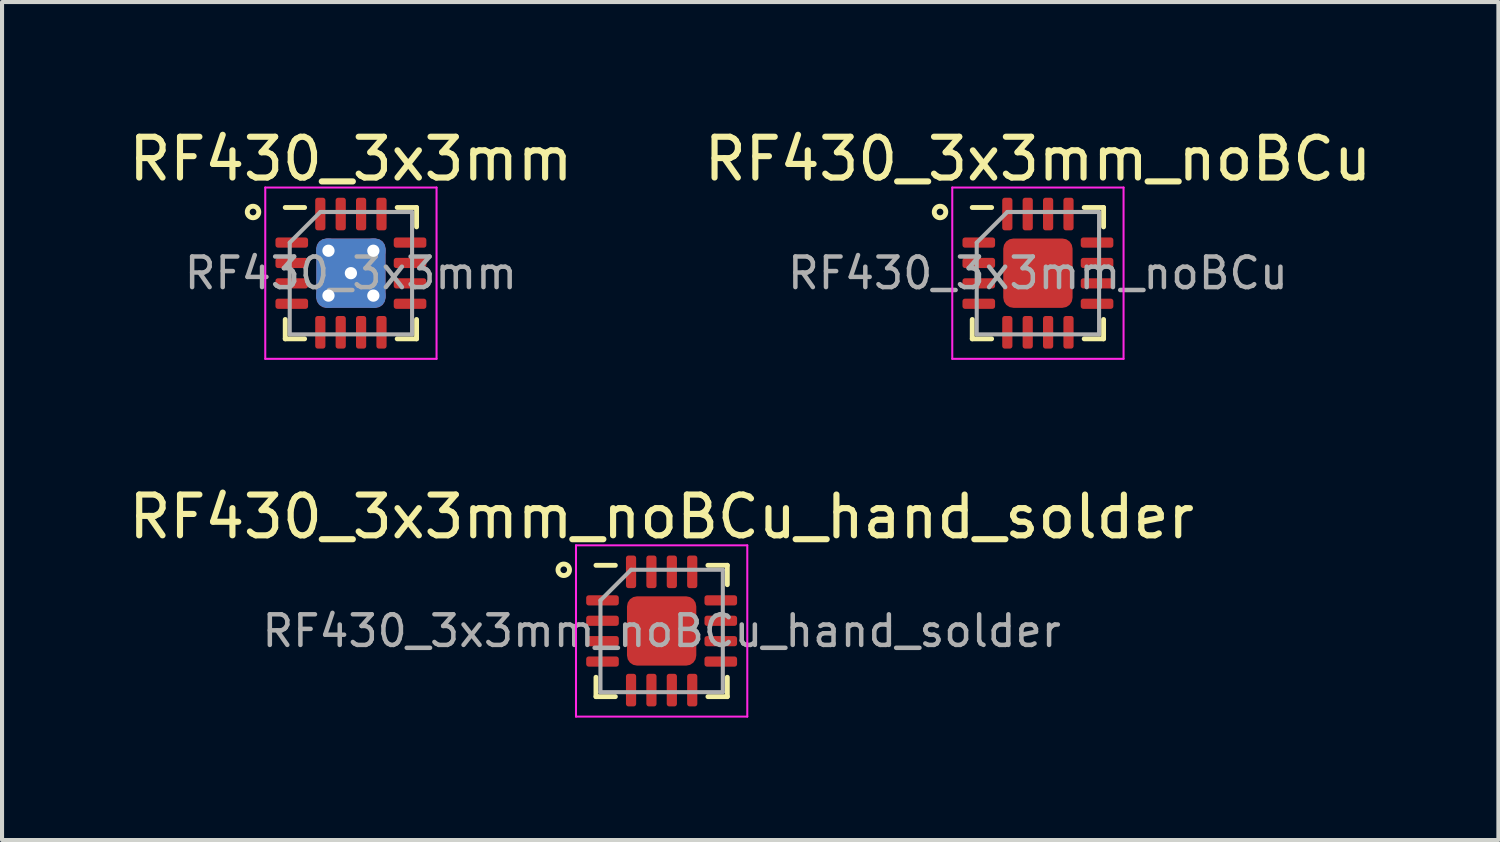
<source format=kicad_pcb>
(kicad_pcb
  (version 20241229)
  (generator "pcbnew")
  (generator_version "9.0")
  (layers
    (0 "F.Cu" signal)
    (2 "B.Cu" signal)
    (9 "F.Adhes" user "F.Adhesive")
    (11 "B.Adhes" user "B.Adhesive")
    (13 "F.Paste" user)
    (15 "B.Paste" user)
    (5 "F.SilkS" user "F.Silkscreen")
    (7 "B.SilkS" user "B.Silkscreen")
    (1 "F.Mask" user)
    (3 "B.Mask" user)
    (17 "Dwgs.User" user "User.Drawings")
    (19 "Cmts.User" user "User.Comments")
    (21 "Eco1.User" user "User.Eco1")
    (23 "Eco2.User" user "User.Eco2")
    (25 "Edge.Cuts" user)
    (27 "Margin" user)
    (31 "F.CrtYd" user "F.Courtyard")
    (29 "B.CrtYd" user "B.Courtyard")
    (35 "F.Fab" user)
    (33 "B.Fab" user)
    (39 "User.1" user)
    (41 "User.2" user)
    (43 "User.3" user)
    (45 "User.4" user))
  (footprint "RF430_3x3mm_noBCu"
    (layer "F.Cu")
    (at 22.399 3.648)
    (property "Reference" "RF430_3x3mm_noBCu" (at 0 -2.8 0) (layer "F.SilkS") (effects (font (size 1 1) (thickness 0.15))))
    (attr smd)
    (fp_line (start -1.61 1.61) (end -1.61 1.135) (stroke (width 0.12) (type solid)) (layer "F.SilkS"))
    (fp_line (start -1.135 -1.61) (end -1.61 -1.61) (stroke (width 0.12) (type solid)) (layer "F.SilkS"))
    (fp_line (start -1.135 1.61) (end -1.61 1.61) (stroke (width 0.12) (type solid)) (layer "F.SilkS"))
    (fp_line (start 1.135 -1.61) (end 1.61 -1.61) (stroke (width 0.12) (type solid)) (layer "F.SilkS"))
    (fp_line (start 1.135 1.61) (end 1.61 1.61) (stroke (width 0.12) (type solid)) (layer "F.SilkS"))
    (fp_line (start 1.61 -1.61) (end 1.61 -1.135) (stroke (width 0.12) (type solid)) (layer "F.SilkS"))
    (fp_line (start 1.61 1.61) (end 1.61 1.135) (stroke (width 0.12) (type solid)) (layer "F.SilkS"))
    (fp_circle (center -2.4 -1.5) (end -2.5 -1.4) (stroke (width 0.12) (type solid)) (fill no) (layer "F.SilkS"))
    (fp_line (start -2.1 -2.1) (end -2.1 2.1) (stroke (width 0.05) (type solid)) (layer "F.CrtYd"))
    (fp_line (start -2.1 2.1) (end 2.1 2.1) (stroke (width 0.05) (type solid)) (layer "F.CrtYd"))
    (fp_line (start 2.1 -2.1) (end -2.1 -2.1) (stroke (width 0.05) (type solid)) (layer "F.CrtYd"))
    (fp_line (start 2.1 2.1) (end 2.1 -2.1) (stroke (width 0.05) (type solid)) (layer "F.CrtYd"))
    (fp_line (start -1.5 -0.75) (end -0.75 -1.5) (stroke (width 0.1) (type solid)) (layer "F.Fab"))
    (fp_line (start -1.5 1.5) (end -1.5 -0.75) (stroke (width 0.1) (type solid)) (layer "F.Fab"))
    (fp_line (start -0.75 -1.5) (end 1.5 -1.5) (stroke (width 0.1) (type solid)) (layer "F.Fab"))
    (fp_line (start 1.5 -1.5) (end 1.5 1.5) (stroke (width 0.1) (type solid)) (layer "F.Fab"))
    (fp_line (start 1.5 1.5) (end -1.5 1.5) (stroke (width 0.1) (type solid)) (layer "F.Fab"))
    (fp_text user "${REFERENCE}" (at 0 0 0) (layer "F.Fab") (effects (font (size 0.75 0.75) (thickness 0.11))))
    (pad "" smd roundrect (at -0.425 -0.425) (size 0.74 0.74) (layers "F.Paste") (roundrect_rratio 0.25))
    (pad "" smd roundrect (at -0.425 0.425) (size 0.74 0.74) (layers "F.Paste") (roundrect_rratio 0.25))
    (pad "" smd roundrect (at 0.425 -0.425) (size 0.74 0.74) (layers "F.Paste") (roundrect_rratio 0.25))
    (pad "" smd roundrect (at 0.425 0.425) (size 0.74 0.74) (layers "F.Paste") (roundrect_rratio 0.25))
    (pad "1" smd roundrect (at -1.45 -0.75) (size 0.8 0.25) (layers "F.Cu" "F.Mask" "F.Paste") (roundrect_rratio 0.25))
    (pad "2" smd roundrect (at -1.45 -0.25) (size 0.8 0.25) (layers "F.Cu" "F.Mask" "F.Paste") (roundrect_rratio 0.25))
    (pad "3" smd roundrect (at -1.45 0.25) (size 0.8 0.25) (layers "F.Cu" "F.Mask" "F.Paste") (roundrect_rratio 0.25))
    (pad "4" smd roundrect (at -1.45 0.75) (size 0.8 0.25) (layers "F.Cu" "F.Mask" "F.Paste") (roundrect_rratio 0.25))
    (pad "5" smd roundrect (at -0.75 1.45) (size 0.25 0.8) (layers "F.Cu" "F.Mask" "F.Paste") (roundrect_rratio 0.25))
    (pad "6" smd roundrect (at -0.25 1.45) (size 0.25 0.8) (layers "F.Cu" "F.Mask" "F.Paste") (roundrect_rratio 0.25))
    (pad "7" smd roundrect (at 0.25 1.45) (size 0.25 0.8) (layers "F.Cu" "F.Mask" "F.Paste") (roundrect_rratio 0.25))
    (pad "8" smd roundrect (at 0.75 1.45) (size 0.25 0.8) (layers "F.Cu" "F.Mask" "F.Paste") (roundrect_rratio 0.25))
    (pad "9" smd roundrect (at 1.45 0.75) (size 0.8 0.25) (layers "F.Cu" "F.Mask" "F.Paste") (roundrect_rratio 0.25))
    (pad "10" smd roundrect (at 1.45 0.25) (size 0.8 0.25) (layers "F.Cu" "F.Mask" "F.Paste") (roundrect_rratio 0.25))
    (pad "11" smd roundrect (at 1.45 -0.25) (size 0.8 0.25) (layers "F.Cu" "F.Mask" "F.Paste") (roundrect_rratio 0.25))
    (pad "12" smd roundrect (at 1.45 -0.75) (size 0.8 0.25) (layers "F.Cu" "F.Mask" "F.Paste") (roundrect_rratio 0.25))
    (pad "13" smd roundrect (at 0.75 -1.45) (size 0.25 0.8) (layers "F.Cu" "F.Mask" "F.Paste") (roundrect_rratio 0.25))
    (pad "14" smd roundrect (at 0.25 -1.45) (size 0.25 0.8) (layers "F.Cu" "F.Mask" "F.Paste") (roundrect_rratio 0.25))
    (pad "15" smd roundrect (at -0.25 -1.45) (size 0.25 0.8) (layers "F.Cu" "F.Mask" "F.Paste") (roundrect_rratio 0.25))
    (pad "16" smd roundrect (at -0.75 -1.45) (size 0.25 0.8) (layers "F.Cu" "F.Mask" "F.Paste") (roundrect_rratio 0.25))
    (pad "17" smd roundrect (at 0 0) (size 1.7 1.7) (layers "F.Cu" "F.Mask") (roundrect_rratio 0.147)))
  (footprint "RF430_3x3mm"
    (layer "F.Cu")
    (at 5.554 3.648)
    (property "Reference" "RF430_3x3mm" (at 0 -2.8 0) (layer "F.SilkS") (effects (font (size 1 1) (thickness 0.15))))
    (attr smd)
    (fp_line (start -1.61 1.61) (end -1.61 1.135) (stroke (width 0.12) (type solid)) (layer "F.SilkS"))
    (fp_line (start -1.135 -1.61) (end -1.61 -1.61) (stroke (width 0.12) (type solid)) (layer "F.SilkS"))
    (fp_line (start -1.135 1.61) (end -1.61 1.61) (stroke (width 0.12) (type solid)) (layer "F.SilkS"))
    (fp_line (start 1.135 -1.61) (end 1.61 -1.61) (stroke (width 0.12) (type solid)) (layer "F.SilkS"))
    (fp_line (start 1.135 1.61) (end 1.61 1.61) (stroke (width 0.12) (type solid)) (layer "F.SilkS"))
    (fp_line (start 1.61 -1.61) (end 1.61 -1.135) (stroke (width 0.12) (type solid)) (layer "F.SilkS"))
    (fp_line (start 1.61 1.61) (end 1.61 1.135) (stroke (width 0.12) (type solid)) (layer "F.SilkS"))
    (fp_circle (center -2.4 -1.5) (end -2.5 -1.4) (stroke (width 0.12) (type solid)) (fill no) (layer "F.SilkS"))
    (fp_line (start -2.1 -2.1) (end -2.1 2.1) (stroke (width 0.05) (type solid)) (layer "F.CrtYd"))
    (fp_line (start -2.1 2.1) (end 2.1 2.1) (stroke (width 0.05) (type solid)) (layer "F.CrtYd"))
    (fp_line (start 2.1 -2.1) (end -2.1 -2.1) (stroke (width 0.05) (type solid)) (layer "F.CrtYd"))
    (fp_line (start 2.1 2.1) (end 2.1 -2.1) (stroke (width 0.05) (type solid)) (layer "F.CrtYd"))
    (fp_line (start -1.5 -0.75) (end -0.75 -1.5) (stroke (width 0.1) (type solid)) (layer "F.Fab"))
    (fp_line (start -1.5 1.5) (end -1.5 -0.75) (stroke (width 0.1) (type solid)) (layer "F.Fab"))
    (fp_line (start -0.75 -1.5) (end 1.5 -1.5) (stroke (width 0.1) (type solid)) (layer "F.Fab"))
    (fp_line (start 1.5 -1.5) (end 1.5 1.5) (stroke (width 0.1) (type solid)) (layer "F.Fab"))
    (fp_line (start 1.5 1.5) (end -1.5 1.5) (stroke (width 0.1) (type solid)) (layer "F.Fab"))
    (fp_text user "${REFERENCE}" (at 0 0 0) (layer "F.Fab") (effects (font (size 0.75 0.75) (thickness 0.11))))
    (pad "" smd roundrect (at -0.425 -0.425) (size 0.74 0.74) (layers "F.Paste") (roundrect_rratio 0.25))
    (pad "" smd roundrect (at -0.425 0.425) (size 0.74 0.74) (layers "F.Paste") (roundrect_rratio 0.25))
    (pad "" smd roundrect (at 0.425 -0.425) (size 0.74 0.74) (layers "F.Paste") (roundrect_rratio 0.25))
    (pad "" smd roundrect (at 0.425 0.425) (size 0.74 0.74) (layers "F.Paste") (roundrect_rratio 0.25))
    (pad "1" smd roundrect (at -1.45 -0.75) (size 0.8 0.25) (layers "F.Cu" "F.Mask" "F.Paste") (roundrect_rratio 0.25))
    (pad "2" smd roundrect (at -1.45 -0.25) (size 0.8 0.25) (layers "F.Cu" "F.Mask" "F.Paste") (roundrect_rratio 0.25))
    (pad "3" smd roundrect (at -1.45 0.25) (size 0.8 0.25) (layers "F.Cu" "F.Mask" "F.Paste") (roundrect_rratio 0.25))
    (pad "4" smd roundrect (at -1.45 0.75) (size 0.8 0.25) (layers "F.Cu" "F.Mask" "F.Paste") (roundrect_rratio 0.25))
    (pad "5" smd roundrect (at -0.75 1.45) (size 0.25 0.8) (layers "F.Cu" "F.Mask" "F.Paste") (roundrect_rratio 0.25))
    (pad "6" smd roundrect (at -0.25 1.45) (size 0.25 0.8) (layers "F.Cu" "F.Mask" "F.Paste") (roundrect_rratio 0.25))
    (pad "7" smd roundrect (at 0.25 1.45) (size 0.25 0.8) (layers "F.Cu" "F.Mask" "F.Paste") (roundrect_rratio 0.25))
    (pad "8" smd roundrect (at 0.75 1.45) (size 0.25 0.8) (layers "F.Cu" "F.Mask" "F.Paste") (roundrect_rratio 0.25))
    (pad "9" smd roundrect (at 1.45 0.75) (size 0.8 0.25) (layers "F.Cu" "F.Mask" "F.Paste") (roundrect_rratio 0.25))
    (pad "10" smd roundrect (at 1.45 0.25) (size 0.8 0.25) (layers "F.Cu" "F.Mask" "F.Paste") (roundrect_rratio 0.25))
    (pad "11" smd roundrect (at 1.45 -0.25) (size 0.8 0.25) (layers "F.Cu" "F.Mask" "F.Paste") (roundrect_rratio 0.25))
    (pad "12" smd roundrect (at 1.45 -0.75) (size 0.8 0.25) (layers "F.Cu" "F.Mask" "F.Paste") (roundrect_rratio 0.25))
    (pad "13" smd roundrect (at 0.75 -1.45) (size 0.25 0.8) (layers "F.Cu" "F.Mask" "F.Paste") (roundrect_rratio 0.25))
    (pad "14" smd roundrect (at 0.25 -1.45) (size 0.25 0.8) (layers "F.Cu" "F.Mask" "F.Paste") (roundrect_rratio 0.25))
    (pad "15" smd roundrect (at -0.25 -1.45) (size 0.25 0.8) (layers "F.Cu" "F.Mask" "F.Paste") (roundrect_rratio 0.25))
    (pad "16" smd roundrect (at -0.75 -1.45) (size 0.25 0.8) (layers "F.Cu" "F.Mask" "F.Paste") (roundrect_rratio 0.25))
    (pad "17" thru_hole circle (at -0.55 -0.55) (size 0.6 0.6) (drill 0.3) (layers "*.Cu"))
    (pad "17" thru_hole circle (at -0.55 0.55) (size 0.6 0.6) (drill 0.3) (layers "*.Cu"))
    (pad "17" thru_hole circle (at 0 0) (size 0.6 0.6) (drill 0.3) (layers "*.Cu"))
    (pad "17" smd roundrect (at 0 0) (size 1.7 1.7) (layers "F.Cu" "F.Mask") (roundrect_rratio 0.147))
    (pad "17" smd roundrect (at 0 0) (size 1.7 1.7) (layers "B.Cu") (roundrect_rratio 0.147))
    (pad "17" thru_hole circle (at 0.55 -0.55) (size 0.6 0.6) (drill 0.3) (layers "*.Cu"))
    (pad "17" thru_hole circle (at 0.55 0.55) (size 0.6 0.6) (drill 0.3) (layers "*.Cu")))
  (footprint "RF430_3x3mm_noBCu_hand_solder"
    (layer "F.Cu")
    (at 13.173 12.421)
    (property "Reference" "RF430_3x3mm_noBCu_hand_solder" (at 0 -2.8 0) (layer "F.SilkS") (effects (font (size 1 1) (thickness 0.15))))
    (attr smd)
    (fp_line (start -1.61 1.61) (end -1.61 1.135) (stroke (width 0.12) (type solid)) (layer "F.SilkS"))
    (fp_line (start -1.135 -1.61) (end -1.61 -1.61) (stroke (width 0.12) (type solid)) (layer "F.SilkS"))
    (fp_line (start -1.135 1.61) (end -1.61 1.61) (stroke (width 0.12) (type solid)) (layer "F.SilkS"))
    (fp_line (start 1.135 -1.61) (end 1.61 -1.61) (stroke (width 0.12) (type solid)) (layer "F.SilkS"))
    (fp_line (start 1.135 1.61) (end 1.61 1.61) (stroke (width 0.12) (type solid)) (layer "F.SilkS"))
    (fp_line (start 1.61 -1.61) (end 1.61 -1.135) (stroke (width 0.12) (type solid)) (layer "F.SilkS"))
    (fp_line (start 1.61 1.61) (end 1.61 1.135) (stroke (width 0.12) (type solid)) (layer "F.SilkS"))
    (fp_circle (center -2.4 -1.5) (end -2.5 -1.4) (stroke (width 0.12) (type solid)) (fill no) (layer "F.SilkS"))
    (fp_line (start -2.1 -2.1) (end -2.1 2.1) (stroke (width 0.05) (type solid)) (layer "F.CrtYd"))
    (fp_line (start -2.1 2.1) (end 2.1 2.1) (stroke (width 0.05) (type solid)) (layer "F.CrtYd"))
    (fp_line (start 2.1 -2.1) (end -2.1 -2.1) (stroke (width 0.05) (type solid)) (layer "F.CrtYd"))
    (fp_line (start 2.1 2.1) (end 2.1 -2.1) (stroke (width 0.05) (type solid)) (layer "F.CrtYd"))
    (fp_line (start -1.5 -0.75) (end -0.75 -1.5) (stroke (width 0.1) (type solid)) (layer "F.Fab"))
    (fp_line (start -1.5 1.5) (end -1.5 -0.75) (stroke (width 0.1) (type solid)) (layer "F.Fab"))
    (fp_line (start -0.75 -1.5) (end 1.5 -1.5) (stroke (width 0.1) (type solid)) (layer "F.Fab"))
    (fp_line (start 1.5 -1.5) (end 1.5 1.5) (stroke (width 0.1) (type solid)) (layer "F.Fab"))
    (fp_line (start 1.5 1.5) (end -1.5 1.5) (stroke (width 0.1) (type solid)) (layer "F.Fab"))
    (fp_text user "${REFERENCE}" (at 0 0 0) (layer "F.Fab") (effects (font (size 0.75 0.75) (thickness 0.11))))
    (pad "" smd roundrect (at -0.425 -0.425) (size 0.74 0.74) (layers "F.Paste") (roundrect_rratio 0.25))
    (pad "" smd roundrect (at -0.425 0.425) (size 0.74 0.74) (layers "F.Paste") (roundrect_rratio 0.25))
    (pad "" smd roundrect (at 0.425 -0.425) (size 0.74 0.74) (layers "F.Paste") (roundrect_rratio 0.25))
    (pad "" smd roundrect (at 0.425 0.425) (size 0.74 0.74) (layers "F.Paste") (roundrect_rratio 0.25))
    (pad "1" smd roundrect (at -1.45 -0.75) (size 0.8 0.25) (layers "F.Cu" "F.Mask" "F.Paste") (roundrect_rratio 0.25))
    (pad "2" smd roundrect (at -1.45 -0.25) (size 0.8 0.25) (layers "F.Cu" "F.Mask" "F.Paste") (roundrect_rratio 0.25))
    (pad "3" smd roundrect (at -1.45 0.25) (size 0.8 0.25) (layers "F.Cu" "F.Mask" "F.Paste") (roundrect_rratio 0.25))
    (pad "4" smd roundrect (at -1.45 0.75) (size 0.8 0.25) (layers "F.Cu" "F.Mask" "F.Paste") (roundrect_rratio 0.25))
    (pad "5" smd roundrect (at -0.75 1.45) (size 0.25 0.8) (layers "F.Cu" "F.Mask" "F.Paste") (roundrect_rratio 0.25))
    (pad "6" smd roundrect (at -0.25 1.45) (size 0.25 0.8) (layers "F.Cu" "F.Mask" "F.Paste") (roundrect_rratio 0.25))
    (pad "7" smd roundrect (at 0.25 1.45) (size 0.25 0.8) (layers "F.Cu" "F.Mask" "F.Paste") (roundrect_rratio 0.25))
    (pad "8" smd roundrect (at 0.75 1.45) (size 0.25 0.8) (layers "F.Cu" "F.Mask" "F.Paste") (roundrect_rratio 0.25))
    (pad "9" smd roundrect (at 1.45 0.75) (size 0.8 0.25) (layers "F.Cu" "F.Mask" "F.Paste") (roundrect_rratio 0.25))
    (pad "10" smd roundrect (at 1.45 0.25) (size 0.8 0.25) (layers "F.Cu" "F.Mask" "F.Paste") (roundrect_rratio 0.25))
    (pad "11" smd roundrect (at 1.45 -0.25) (size 0.8 0.25) (layers "F.Cu" "F.Mask" "F.Paste") (roundrect_rratio 0.25))
    (pad "12" smd roundrect (at 1.45 -0.75) (size 0.8 0.25) (layers "F.Cu" "F.Mask" "F.Paste") (roundrect_rratio 0.25))
    (pad "13" smd roundrect (at 0.75 -1.45) (size 0.25 0.8) (layers "F.Cu" "F.Mask" "F.Paste") (roundrect_rratio 0.25))
    (pad "14" smd roundrect (at 0.25 -1.45) (size 0.25 0.8) (layers "F.Cu" "F.Mask" "F.Paste") (roundrect_rratio 0.25))
    (pad "15" smd roundrect (at -0.25 -1.45) (size 0.25 0.8) (layers "F.Cu" "F.Mask" "F.Paste") (roundrect_rratio 0.25))
    (pad "16" smd roundrect (at -0.75 -1.45) (size 0.25 0.8) (layers "F.Cu" "F.Mask" "F.Paste") (roundrect_rratio 0.25))
    (pad "17" smd roundrect (at 0 0) (size 1.7 1.7) (layers "F.Cu" "F.Mask") (roundrect_rratio 0.147)))
  (gr_rect
    (start -3 -3)
    (end 33.69 17.547)
    (stroke (width 0.1) (type default))
    (fill no)
    (layer "Edge.Cuts")))
</source>
